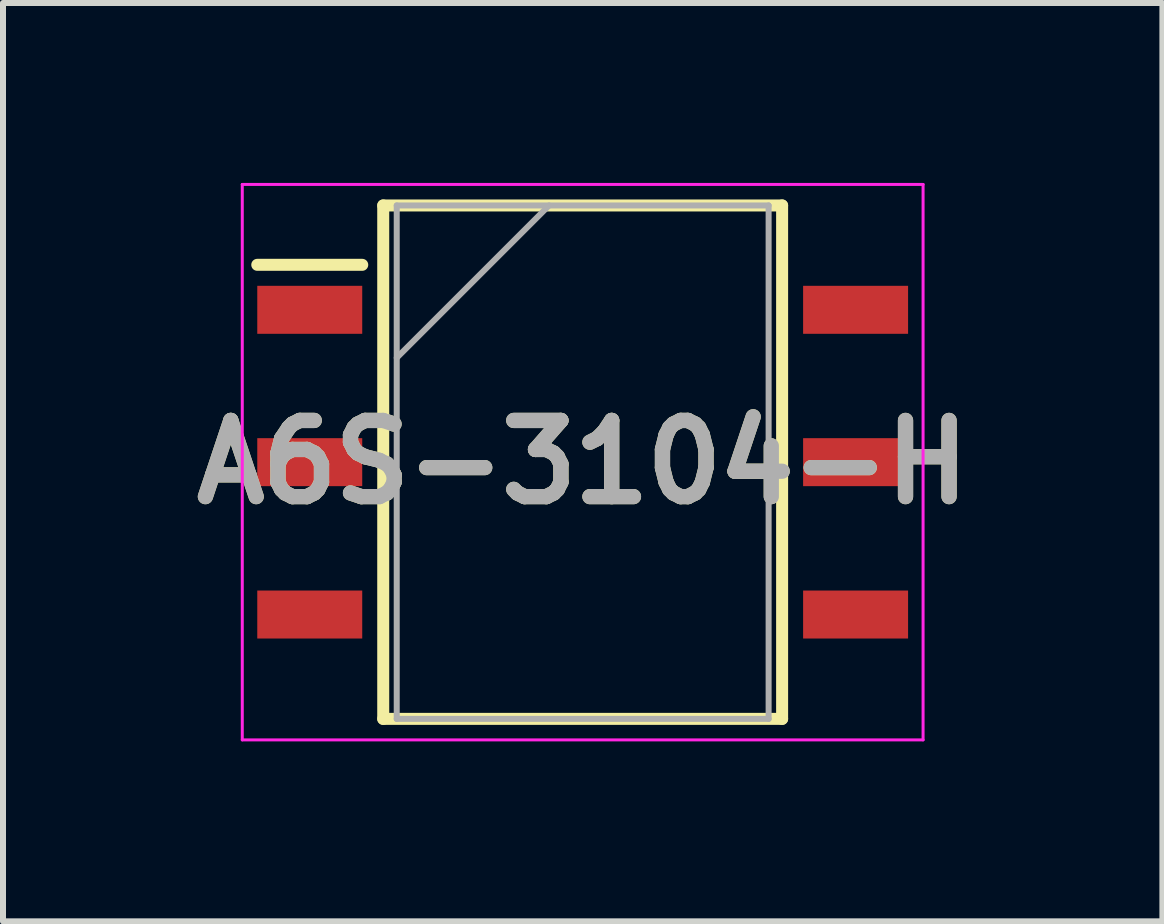
<source format=kicad_pcb>
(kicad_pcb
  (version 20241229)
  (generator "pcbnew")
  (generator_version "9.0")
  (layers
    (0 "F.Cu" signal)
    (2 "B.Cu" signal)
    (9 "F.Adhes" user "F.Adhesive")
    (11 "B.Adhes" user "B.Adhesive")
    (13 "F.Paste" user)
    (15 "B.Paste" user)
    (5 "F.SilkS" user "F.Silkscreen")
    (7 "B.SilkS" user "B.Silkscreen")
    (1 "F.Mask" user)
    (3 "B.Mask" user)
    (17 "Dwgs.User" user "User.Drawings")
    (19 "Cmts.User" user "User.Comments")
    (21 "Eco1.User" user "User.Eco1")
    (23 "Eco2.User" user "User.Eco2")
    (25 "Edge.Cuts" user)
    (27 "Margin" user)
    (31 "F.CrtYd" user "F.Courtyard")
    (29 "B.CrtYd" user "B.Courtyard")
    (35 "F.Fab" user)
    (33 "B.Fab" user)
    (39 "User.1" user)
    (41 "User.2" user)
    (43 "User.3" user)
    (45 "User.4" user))
  (footprint "A6S-3104-H"
    (layer "F.Cu")
    (at 6.664 4.655)
    (property "Reference" "A6S-3104-H" (at 0 0 0) (layer "F.SilkS") (effects (font (size 1.27 1.27) (thickness 0.254))))
    (attr smd)
    (fp_line (start -5.425 -3.29) (end -3.675 -3.29) (stroke (width 0.2) (type solid)) (layer "F.SilkS"))
    (fp_line (start -3.325 -4.28) (end 3.325 -4.28) (stroke (width 0.2) (type solid)) (layer "F.SilkS"))
    (fp_line (start -3.325 4.28) (end -3.325 -4.28) (stroke (width 0.2) (type solid)) (layer "F.SilkS"))
    (fp_line (start 3.325 -4.28) (end 3.325 4.28) (stroke (width 0.2) (type solid)) (layer "F.SilkS"))
    (fp_line (start 3.325 4.28) (end -3.325 4.28) (stroke (width 0.2) (type solid)) (layer "F.SilkS"))
    (fp_line (start -5.675 -4.63) (end 5.675 -4.63) (stroke (width 0.05) (type solid)) (layer "F.CrtYd"))
    (fp_line (start -5.675 4.63) (end -5.675 -4.63) (stroke (width 0.05) (type solid)) (layer "F.CrtYd"))
    (fp_line (start 5.675 -4.63) (end 5.675 4.63) (stroke (width 0.05) (type solid)) (layer "F.CrtYd"))
    (fp_line (start 5.675 4.63) (end -5.675 4.63) (stroke (width 0.05) (type solid)) (layer "F.CrtYd"))
    (fp_line (start -3.1 -4.28) (end 3.1 -4.28) (stroke (width 0.1) (type solid)) (layer "F.Fab"))
    (fp_line (start -3.1 -1.74) (end -0.56 -4.28) (stroke (width 0.1) (type solid)) (layer "F.Fab"))
    (fp_line (start -3.1 4.28) (end -3.1 -4.28) (stroke (width 0.1) (type solid)) (layer "F.Fab"))
    (fp_line (start 3.1 -4.28) (end 3.1 4.28) (stroke (width 0.1) (type solid)) (layer "F.Fab"))
    (fp_line (start 3.1 4.28) (end -3.1 4.28) (stroke (width 0.1) (type solid)) (layer "F.Fab"))
    (fp_text user "${REFERENCE}" (at 0 0 0) (layer "F.Fab") (effects (font (size 1.27 1.27) (thickness 0.254))))
    (pad "1" smd rect (at -4.55 -2.54 90) (size 0.8 1.75) (layers "F.Cu" "F.Mask" "F.Paste"))
    (pad "2" smd rect (at -4.55 0 90) (size 0.8 1.75) (layers "F.Cu" "F.Mask" "F.Paste"))
    (pad "3" smd rect (at -4.55 2.54 90) (size 0.8 1.75) (layers "F.Cu" "F.Mask" "F.Paste"))
    (pad "4" smd rect (at 4.55 2.54 90) (size 0.8 1.75) (layers "F.Cu" "F.Mask" "F.Paste"))
    (pad "5" smd rect (at 4.55 0 90) (size 0.8 1.75) (layers "F.Cu" "F.Mask" "F.Paste"))
    (pad "6" smd rect (at 4.55 -2.54 90) (size 0.8 1.75) (layers "F.Cu" "F.Mask" "F.Paste")))
  (gr_rect
    (start -3 -3)
    (end 16.329 12.31)
    (stroke (width 0.1) (type default))
    (fill no)
    (layer "Edge.Cuts")))
</source>
